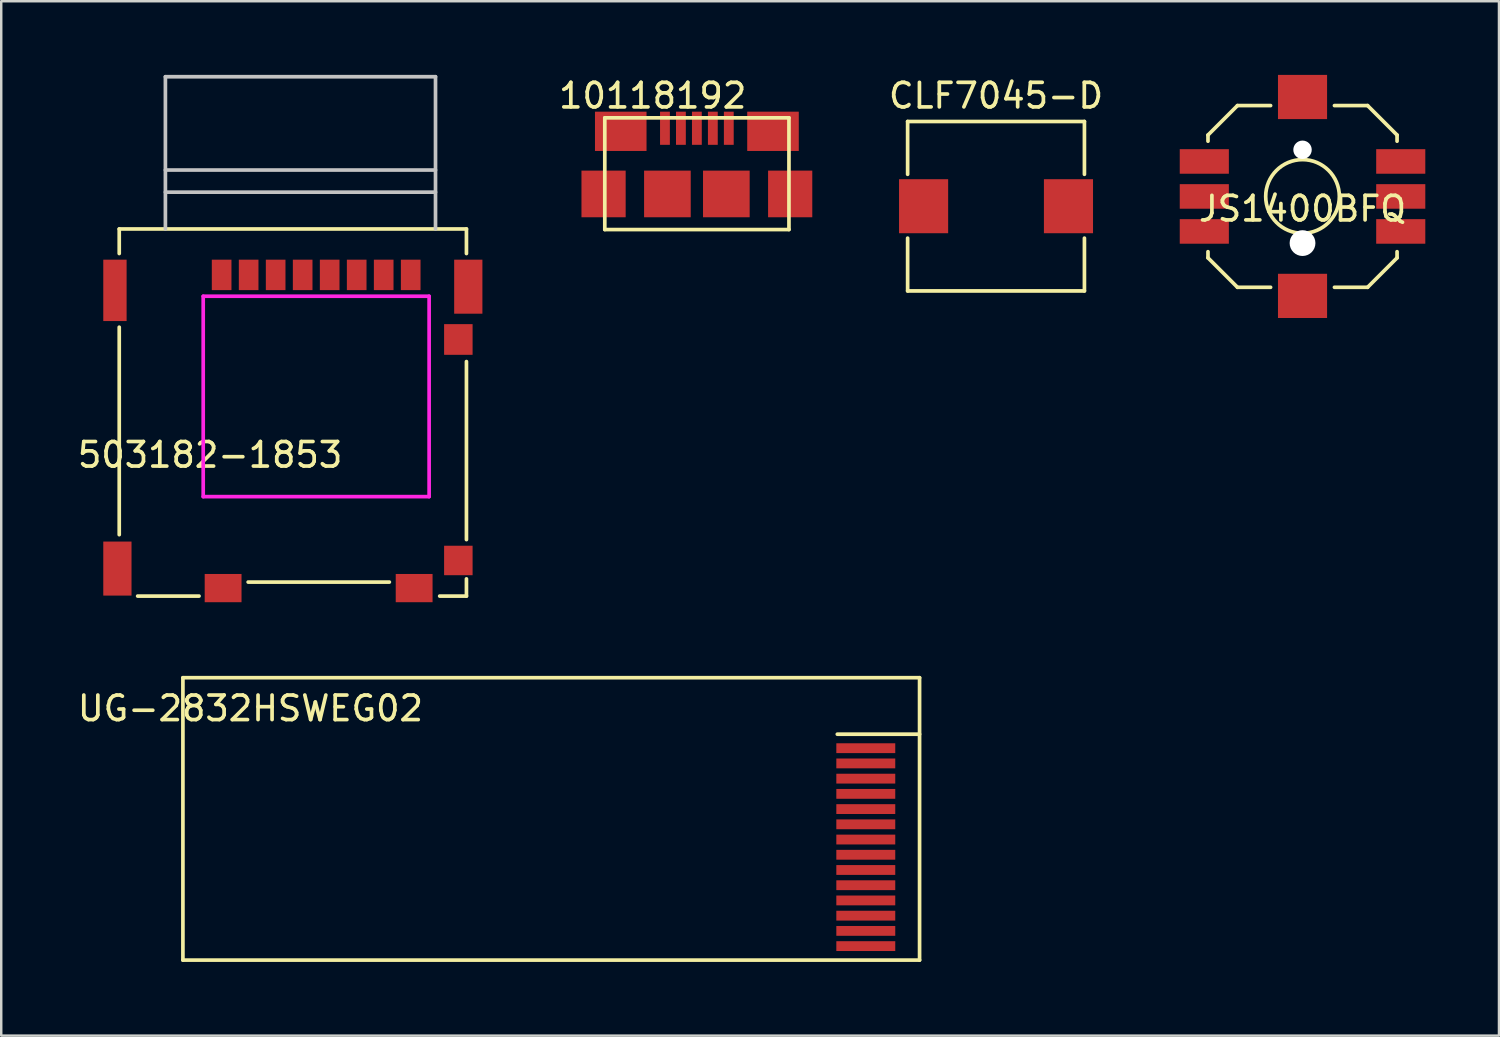
<source format=kicad_pcb>
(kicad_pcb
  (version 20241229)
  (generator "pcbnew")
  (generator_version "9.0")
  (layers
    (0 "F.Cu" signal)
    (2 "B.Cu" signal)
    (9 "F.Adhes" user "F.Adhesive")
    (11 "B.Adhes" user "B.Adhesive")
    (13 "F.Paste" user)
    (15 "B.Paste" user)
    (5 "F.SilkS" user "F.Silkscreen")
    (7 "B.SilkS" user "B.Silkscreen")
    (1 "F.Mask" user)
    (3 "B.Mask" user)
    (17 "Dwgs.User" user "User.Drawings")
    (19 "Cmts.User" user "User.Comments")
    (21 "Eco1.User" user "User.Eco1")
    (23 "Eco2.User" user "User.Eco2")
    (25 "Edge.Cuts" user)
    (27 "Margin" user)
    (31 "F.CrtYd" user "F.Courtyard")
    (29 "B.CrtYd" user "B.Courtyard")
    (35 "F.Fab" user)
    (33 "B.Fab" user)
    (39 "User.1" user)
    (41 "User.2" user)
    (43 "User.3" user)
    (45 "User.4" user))
  (footprint "10118192"
    (layer "F.Cu")
    (at 25.33 6.298)
    (property "Reference" "10118192" (at -1.8 -5.45 0) (layer "F.SilkS") (effects (font (size 1 1) (thickness 0.15))))
    (attr through_hole)
    (fp_line (start -3.75 0) (end -3.75 -4.55) (stroke (width 0.15) (type solid)) (layer "F.SilkS"))
    (fp_line (start -3.75 0) (end 3.75 0) (stroke (width 0.15) (type solid)) (layer "F.SilkS"))
    (fp_line (start 3.75 -4.55) (end -3.75 -4.55) (stroke (width 0.15) (type solid)) (layer "F.SilkS"))
    (fp_line (start 3.75 -4.55) (end 3.75 0) (stroke (width 0.15) (type solid)) (layer "F.SilkS"))
    (pad "1" smd rect (at -1.3 -4.125) (size 0.4 1.35) (layers "F.Cu" "F.Mask" "F.Paste"))
    (pad "2" smd rect (at -0.65 -4.125) (size 0.4 1.35) (layers "F.Cu" "F.Mask" "F.Paste"))
    (pad "3" smd rect (at 0 -4.125) (size 0.4 1.35) (layers "F.Cu" "F.Mask" "F.Paste"))
    (pad "4" smd rect (at 0.65 -4.125) (size 0.4 1.35) (layers "F.Cu" "F.Mask" "F.Paste"))
    (pad "5" smd rect (at 1.3 -4.125) (size 0.4 1.35) (layers "F.Cu" "F.Mask" "F.Paste"))
    (pad "6" smd rect (at -3.8 -1.45) (size 1.8 1.9) (layers "F.Cu" "F.Mask" "F.Paste"))
    (pad "6" smd rect (at -3.1 -4) (size 2.1 1.6) (layers "F.Cu" "F.Mask" "F.Paste"))
    (pad "6" smd rect (at -1.2 -1.45) (size 1.9 1.9) (layers "F.Cu" "F.Mask" "F.Paste"))
    (pad "6" smd rect (at 1.2 -1.45) (size 1.9 1.9) (layers "F.Cu" "F.Mask" "F.Paste"))
    (pad "6" smd rect (at 3.1 -4) (size 2.1 1.6) (layers "F.Cu" "F.Mask" "F.Paste"))
    (pad "6" smd rect (at 3.8 -1.45) (size 1.8 1.9) (layers "F.Cu" "F.Mask" "F.Paste")))
  (footprint "UG-2832HSWEG02"
    (layer "F.Cu")
    (at 19.399 30.3)
    (property "Reference" "UG-2832HSWEG02" (at -12.25 -4.5 0) (layer "F.SilkS") (effects (font (size 1 1) (thickness 0.15))))
    (attr through_hole)
    (fp_line (start -15 -5.75) (end -15 5.75) (stroke (width 0.15) (type solid)) (layer "F.SilkS"))
    (fp_line (start -15 5.75) (end 15 5.75) (stroke (width 0.15) (type solid)) (layer "F.SilkS"))
    (fp_line (start 15 -5.75) (end -15 -5.75) (stroke (width 0.15) (type solid)) (layer "F.SilkS"))
    (fp_line (start 15 -3.45) (end 11.65 -3.45) (stroke (width 0.15) (type solid)) (layer "F.SilkS"))
    (fp_line (start 15 5.75) (end 15 -5.75) (stroke (width 0.15) (type solid)) (layer "F.SilkS"))
    (pad "1" smd rect (at 12.81 5.18) (size 2.4 0.4) (layers "F.Cu" "F.Mask"))
    (pad "2" smd rect (at 12.81 4.56) (size 2.4 0.4) (layers "F.Cu" "F.Mask"))
    (pad "3" smd rect (at 12.81 3.94) (size 2.4 0.4) (layers "F.Cu" "F.Mask"))
    (pad "4" smd rect (at 12.81 3.32) (size 2.4 0.4) (layers "F.Cu" "F.Mask"))
    (pad "5" smd rect (at 12.81 2.7) (size 2.4 0.4) (layers "F.Cu" "F.Mask"))
    (pad "6" smd rect (at 12.81 2.08) (size 2.4 0.4) (layers "F.Cu" "F.Mask"))
    (pad "7" smd rect (at 12.81 1.46) (size 2.4 0.4) (layers "F.Cu" "F.Mask"))
    (pad "8" smd rect (at 12.81 0.84) (size 2.4 0.4) (layers "F.Cu" "F.Mask"))
    (pad "9" smd rect (at 12.81 0.22) (size 2.4 0.4) (layers "F.Cu" "F.Mask"))
    (pad "10" smd rect (at 12.81 -0.4) (size 2.4 0.4) (layers "F.Cu" "F.Mask"))
    (pad "11" smd rect (at 12.81 -1.02) (size 2.4 0.4) (layers "F.Cu" "F.Mask"))
    (pad "12" smd rect (at 12.81 -1.64) (size 2.4 0.4) (layers "F.Cu" "F.Mask"))
    (pad "13" smd rect (at 12.81 -2.26) (size 2.4 0.4) (layers "F.Cu" "F.Mask"))
    (pad "14" smd rect (at 12.81 -2.88) (size 2.4 0.4) (layers "F.Cu" "F.Mask")))
  (footprint "503182-1853"
    (layer "F.Cu")
    (at 1.156 7.525)
    (property "Reference" "503182-1853" (at 4.35 7.95 0) (layer "F.SilkS") (effects (font (size 1 1) (thickness 0.15))))
    (attr through_hole)
    (fp_line (start 0.65 -1.25) (end 0.65 -0.25) (stroke (width 0.15) (type solid)) (layer "F.SilkS"))
    (fp_line (start 0.65 -1.25) (end 14.79 -1.25) (stroke (width 0.15) (type solid)) (layer "F.SilkS"))
    (fp_line (start 0.65 2.75) (end 0.65 11.2) (stroke (width 0.15) (type solid)) (layer "F.SilkS"))
    (fp_line (start 1.4 13.7) (end 3.9 13.7) (stroke (width 0.15) (type solid)) (layer "F.SilkS"))
    (fp_line (start 5.9 13.13) (end 11.65 13.13) (stroke (width 0.15) (type solid)) (layer "F.SilkS"))
    (fp_line (start 13.7 13.7) (end 14.79 13.7) (stroke (width 0.15) (type solid)) (layer "F.SilkS"))
    (fp_line (start 14.79 -0.25) (end 14.79 -1.25) (stroke (width 0.15) (type solid)) (layer "F.SilkS"))
    (fp_line (start 14.79 4.15) (end 14.79 11.4) (stroke (width 0.15) (type solid)) (layer "F.SilkS"))
    (fp_line (start 14.79 13.7) (end 14.79 13) (stroke (width 0.15) (type solid)) (layer "F.SilkS"))
    (fp_line (start 2.53 -7.45) (end 2.53 -1.25) (stroke (width 0.15) (type solid)) (layer "Dwgs.User"))
    (fp_line (start 2.53 -7.45) (end 13.53 -7.45) (stroke (width 0.15) (type solid)) (layer "Dwgs.User"))
    (fp_line (start 2.53 -3.65) (end 13.53 -3.65) (stroke (width 0.15) (type solid)) (layer "Dwgs.User"))
    (fp_line (start 2.53 -2.75) (end 13.53 -2.75) (stroke (width 0.15) (type solid)) (layer "Dwgs.User"))
    (fp_line (start 13.53 -7.45) (end 13.53 -1.25) (stroke (width 0.15) (type solid)) (layer "Dwgs.User"))
    (fp_line (start 4.07 1.49) (end 13.27 1.49) (stroke (width 0.15) (type solid)) (layer "F.CrtYd"))
    (fp_line (start 4.07 9.65) (end 4.07 1.49) (stroke (width 0.15) (type solid)) (layer "F.CrtYd"))
    (fp_line (start 13.27 1.49) (end 13.27 9.65) (stroke (width 0.15) (type solid)) (layer "F.CrtYd"))
    (fp_line (start 13.27 9.65) (end 4.07 9.65) (stroke (width 0.15) (type solid)) (layer "F.CrtYd"))
    (pad "1" smd rect (at 4.82 0.62) (size 0.8 1.24) (layers "F.Cu" "F.Mask" "F.Paste"))
    (pad "2" smd rect (at 5.92 0.62) (size 0.8 1.24) (layers "F.Cu" "F.Mask" "F.Paste"))
    (pad "3" smd rect (at 7.02 0.62) (size 0.8 1.24) (layers "F.Cu" "F.Mask" "F.Paste"))
    (pad "4" smd rect (at 8.12 0.62) (size 0.8 1.24) (layers "F.Cu" "F.Mask" "F.Paste"))
    (pad "5" smd rect (at 9.22 0.62) (size 0.8 1.24) (layers "F.Cu" "F.Mask" "F.Paste"))
    (pad "6" smd rect (at 10.32 0.62) (size 0.8 1.24) (layers "F.Cu" "F.Mask" "F.Paste"))
    (pad "7" smd rect (at 11.42 0.62) (size 0.8 1.24) (layers "F.Cu" "F.Mask" "F.Paste"))
    (pad "8" smd rect (at 12.52 0.62) (size 0.8 1.24) (layers "F.Cu" "F.Mask" "F.Paste"))
    (pad "9" smd rect (at 14.46 12.25) (size 1.16 1.2) (layers "F.Cu" "F.Mask" "F.Paste"))
    (pad "10" smd rect (at 14.46 3.25) (size 1.16 1.25) (layers "F.Cu" "F.Mask" "F.Paste"))
    (pad "11" smd rect (at 0.475 1.25) (size 0.95 2.5) (layers "F.Cu" "F.Mask" "F.Paste"))
    (pad "11" smd rect (at 0.575 12.58) (size 1.15 2.2) (layers "F.Cu" "F.Mask" "F.Paste"))
    (pad "11" smd rect (at 4.88 13.375) (size 1.5 1.15) (layers "F.Cu" "F.Mask" "F.Paste"))
    (pad "11" smd rect (at 12.66 13.375) (size 1.5 1.15) (layers "F.Cu" "F.Mask" "F.Paste"))
    (pad "11" smd rect (at 14.865 1.1) (size 1.15 2.2) (layers "F.Cu" "F.Mask" "F.Paste")))
  (footprint "JS1400BFQ"
    (layer "F.Cu")
    (at 49.995 4.95)
    (property "Reference" "JS1400BFQ" (at 0 0.5 0) (layer "F.SilkS") (effects (font (size 1 1) (thickness 0.15))))
    (attr through_hole)
    (fp_line (start -3.85 -2.5) (end -3.85 -2.25) (stroke (width 0.15) (type solid)) (layer "F.SilkS"))
    (fp_line (start -3.85 -2.5) (end -2.65 -3.7) (stroke (width 0.15) (type solid)) (layer "F.SilkS"))
    (fp_line (start -3.85 2.5) (end -3.85 2.25) (stroke (width 0.15) (type solid)) (layer "F.SilkS"))
    (fp_line (start -3.85 2.5) (end -2.65 3.7) (stroke (width 0.15) (type solid)) (layer "F.SilkS"))
    (fp_line (start -2.65 -3.7) (end -1.3 -3.7) (stroke (width 0.15) (type solid)) (layer "F.SilkS"))
    (fp_line (start -2.65 3.7) (end -1.3 3.7) (stroke (width 0.15) (type solid)) (layer "F.SilkS"))
    (fp_line (start 2.65 -3.7) (end 1.3 -3.7) (stroke (width 0.15) (type solid)) (layer "F.SilkS"))
    (fp_line (start 2.65 3.7) (end 1.3 3.7) (stroke (width 0.15) (type solid)) (layer "F.SilkS"))
    (fp_line (start 3.85 -2.5) (end 2.65 -3.7) (stroke (width 0.15) (type solid)) (layer "F.SilkS"))
    (fp_line (start 3.85 -2.5) (end 3.85 -2.25) (stroke (width 0.15) (type solid)) (layer "F.SilkS"))
    (fp_line (start 3.85 2.5) (end 2.65 3.7) (stroke (width 0.15) (type solid)) (layer "F.SilkS"))
    (fp_line (start 3.85 2.5) (end 3.85 2.25) (stroke (width 0.15) (type solid)) (layer "F.SilkS"))
    (fp_circle (center 0 0) (end 1.5 0) (stroke (width 0.15) (type solid)) (fill no) (layer "F.SilkS"))
    (pad "" np_thru_hole circle (at 0 -1.9) (size 0.75 0.75) (drill 0.75) (layers "*.Cu" "*.Mask"))
    (pad "" np_thru_hole circle (at 0 1.9) (size 1.05 1.05) (drill 1.05) (layers "*.Cu" "*.Mask"))
    (pad "1" smd rect (at -4 -1.425) (size 2 1) (layers "F.Cu" "F.Mask" "F.Paste"))
    (pad "2" smd rect (at -4 0) (size 2 1) (layers "F.Cu" "F.Mask" "F.Paste"))
    (pad "3" smd rect (at -4 1.425) (size 2 1) (layers "F.Cu" "F.Mask" "F.Paste"))
    (pad "4" smd rect (at 4 -1.425) (size 2 1) (layers "F.Cu" "F.Mask" "F.Paste"))
    (pad "5" smd rect (at 4 0) (size 2 1) (layers "F.Cu" "F.Mask" "F.Paste"))
    (pad "6" smd rect (at 4 1.425) (size 2 1) (layers "F.Cu" "F.Mask" "F.Paste"))
    (pad "7" smd rect (at 0 -4.05) (size 2 1.8) (layers "F.Cu" "F.Mask" "F.Paste"))
    (pad "7" smd rect (at 0 4.05) (size 2 1.8) (layers "F.Cu" "F.Mask" "F.Paste")))
  (footprint "CLF7045-D"
    (layer "F.Cu")
    (at 37.513 5.348)
    (property "Reference" "CLF7045-D" (at 0 -4.5 0) (layer "F.SilkS") (effects (font (size 1 1) (thickness 0.15))))
    (attr through_hole)
    (fp_line (start -3.6 -3.45) (end -3.6 -1.3) (stroke (width 0.15) (type solid)) (layer "F.SilkS"))
    (fp_line (start -3.6 -3.45) (end 3.6 -3.45) (stroke (width 0.15) (type solid)) (layer "F.SilkS"))
    (fp_line (start -3.6 3.45) (end -3.6 1.3) (stroke (width 0.15) (type solid)) (layer "F.SilkS"))
    (fp_line (start -3.6 3.45) (end 3.6 3.45) (stroke (width 0.15) (type solid)) (layer "F.SilkS"))
    (fp_line (start 3.6 -3.45) (end 3.6 -1.3) (stroke (width 0.15) (type solid)) (layer "F.SilkS"))
    (fp_line (start 3.6 3.45) (end 3.6 1.3) (stroke (width 0.15) (type solid)) (layer "F.SilkS"))
    (pad "1" smd rect (at -2.95 0) (size 2 2.2) (layers "F.Cu" "F.Mask" "F.Paste"))
    (pad "2" smd rect (at 2.95 0) (size 2 2.2) (layers "F.Cu" "F.Mask" "F.Paste")))
  (gr_rect
    (start -3 -3)
    (end 57.995 39.125)
    (stroke (width 0.1) (type default))
    (fill no)
    (layer "Edge.Cuts")))
</source>
